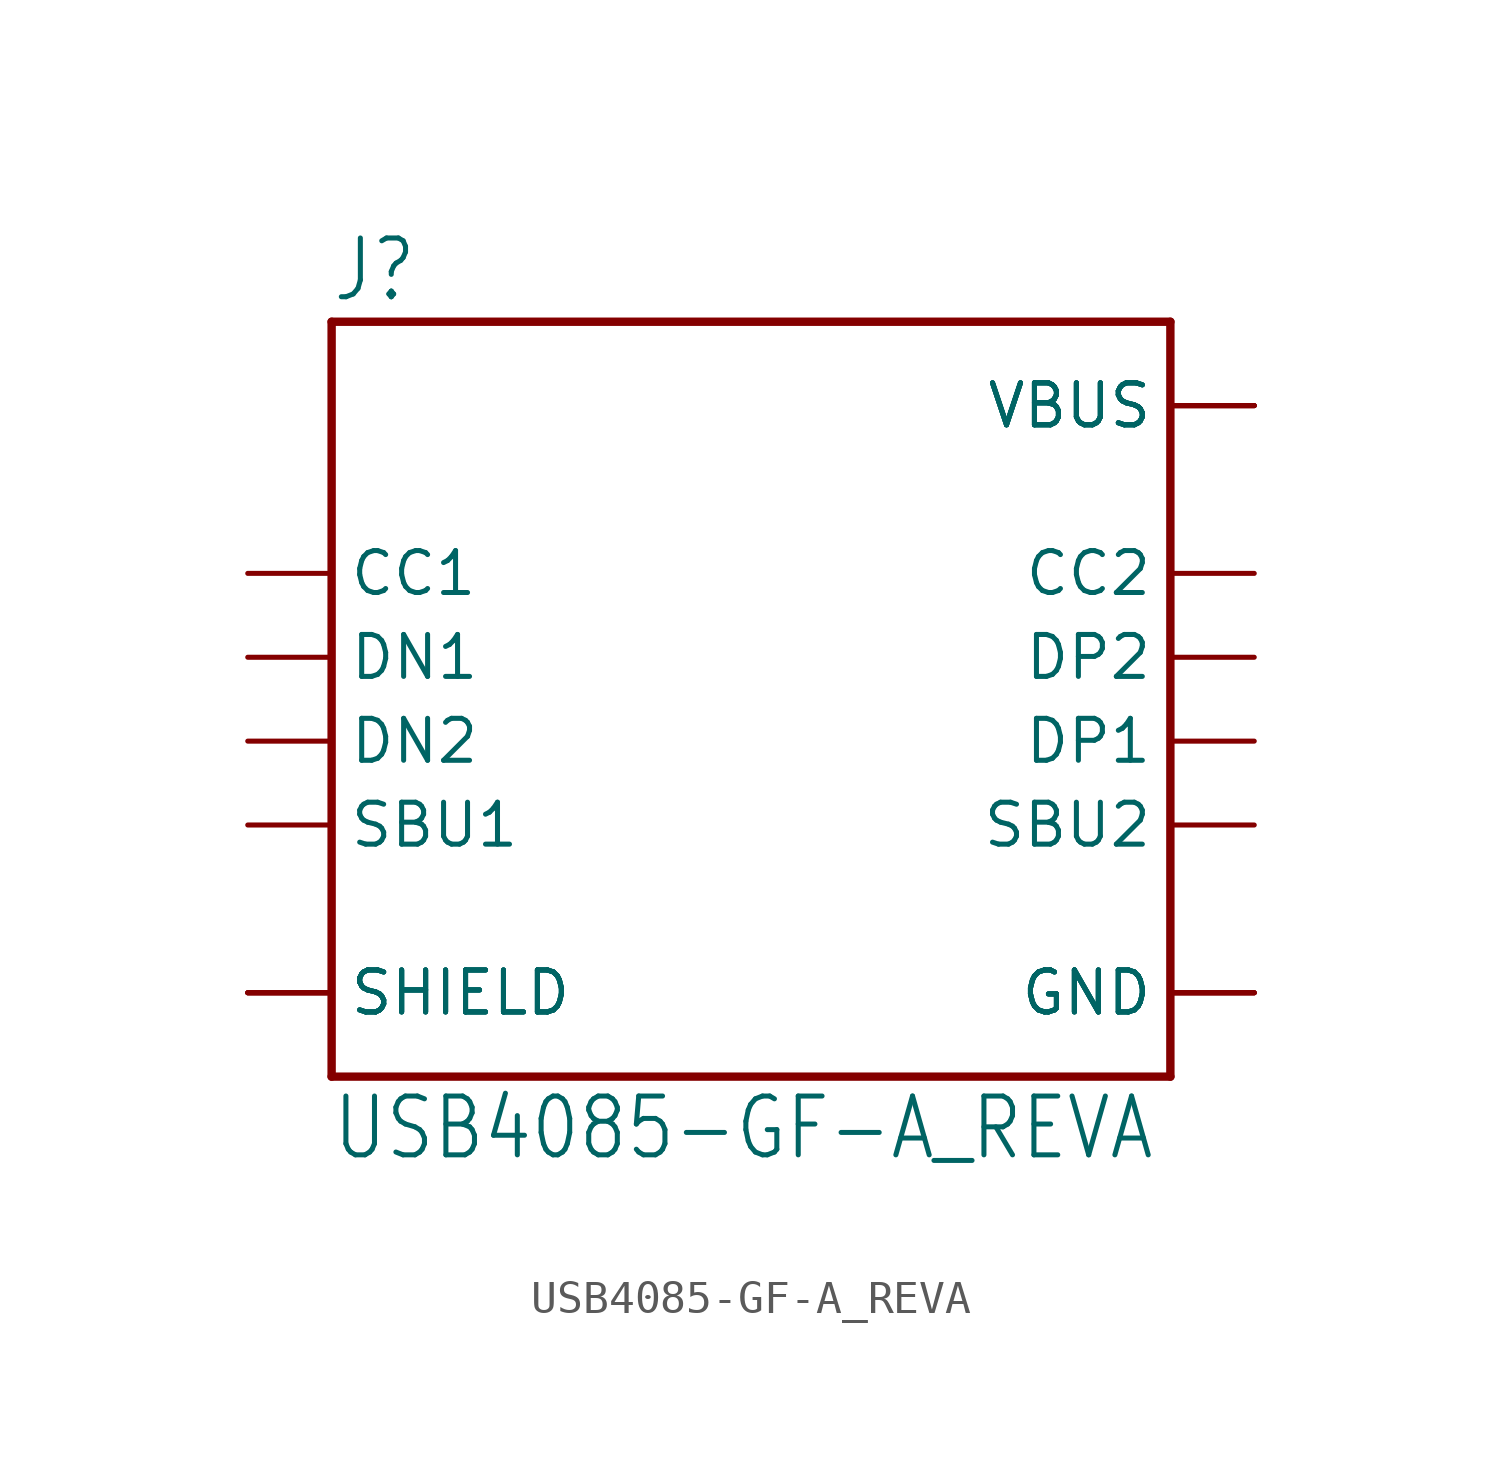
<source format=kicad_sym>
(kicad_symbol_lib
  (version 20211014)
  (generator kicad_symbol_editor)
  (symbol "USB4085-GF-A_REVA"
    (property "Reference" "J"
      (at -12.722 13.232 0)
      (effects (font (size 1.779 1.512)) (justify left bottom)))
    (property "Value" "USB4085-GF-A_REVA"
      (at -12.728 -12.754 0)
      (effects (font (size 1.781 1.514)) (justify left bottom)))
    (property "ki_locked" ""
      (at 0 0 0)
      (effects (font (size 1.27 1.27))))
    (symbol "USB4085-GF-A_REVA_1_0"
      (polyline (pts (xy -12.7 -10.16) (xy -12.7 12.7)) (stroke (width 0.254) (type default) (color 0 0 0 0)) (fill (type none)))
      (polyline (pts (xy -12.7 12.7) (xy 12.7 12.7)) (stroke (width 0.254) (type default) (color 0 0 0 0)) (fill (type none)))
      (polyline (pts (xy 12.7 -10.16) (xy -12.7 -10.16)) (stroke (width 0.254) (type default) (color 0 0 0 0)) (fill (type none)))
      (polyline (pts (xy 12.7 12.7) (xy 12.7 -10.16)) (stroke (width 0.254) (type default) (color 0 0 0 0)) (fill (type none)))
      (pin passive line (at 15.24 -7.62 180) (length 2.54) (name "GND" (effects (font (size 1.27 1.27)))) (number "A1" (effects (font (size 0 0)))))
      (pin passive line (at 15.24 -7.62 180) (length 2.54) (name "GND" (effects (font (size 1.27 1.27)))) (number "A12" (effects (font (size 0 0)))))
      (pin power_in line (at 15.24 10.16 180) (length 2.54) (name "VBUS" (effects (font (size 1.27 1.27)))) (number "A4" (effects (font (size 0 0)))))
      (pin bidirectional line (at -15.24 5.08 0) (length 2.54) (name "CC1" (effects (font (size 1.27 1.27)))) (number "A5" (effects (font (size 0 0)))))
      (pin bidirectional line (at 15.24 0 180) (length 2.54) (name "DP1" (effects (font (size 1.27 1.27)))) (number "A6" (effects (font (size 0 0)))))
      (pin bidirectional line (at -15.24 2.54 0) (length 2.54) (name "DN1" (effects (font (size 1.27 1.27)))) (number "A7" (effects (font (size 0 0)))))
      (pin bidirectional line (at -15.24 -2.54 0) (length 2.54) (name "SBU1" (effects (font (size 1.27 1.27)))) (number "A8" (effects (font (size 0 0)))))
      (pin power_in line (at 15.24 10.16 180) (length 2.54) (name "VBUS" (effects (font (size 1.27 1.27)))) (number "A9" (effects (font (size 0 0)))))
      (pin passive line (at 15.24 -7.62 180) (length 2.54) (name "GND" (effects (font (size 1.27 1.27)))) (number "B1" (effects (font (size 0 0)))))
      (pin passive line (at 15.24 -7.62 180) (length 2.54) (name "GND" (effects (font (size 1.27 1.27)))) (number "B12" (effects (font (size 0 0)))))
      (pin power_in line (at 15.24 10.16 180) (length 2.54) (name "VBUS" (effects (font (size 1.27 1.27)))) (number "B4" (effects (font (size 0 0)))))
      (pin bidirectional line (at 15.24 5.08 180) (length 2.54) (name "CC2" (effects (font (size 1.27 1.27)))) (number "B5" (effects (font (size 0 0)))))
      (pin bidirectional line (at 15.24 2.54 180) (length 2.54) (name "DP2" (effects (font (size 1.27 1.27)))) (number "B6" (effects (font (size 0 0)))))
      (pin bidirectional line (at -15.24 0 0) (length 2.54) (name "DN2" (effects (font (size 1.27 1.27)))) (number "B7" (effects (font (size 0 0)))))
      (pin bidirectional line (at 15.24 -2.54 180) (length 2.54) (name "SBU2" (effects (font (size 1.27 1.27)))) (number "B8" (effects (font (size 0 0)))))
      (pin power_in line (at 15.24 10.16 180) (length 2.54) (name "VBUS" (effects (font (size 1.27 1.27)))) (number "B9" (effects (font (size 0 0)))))
      (pin passive line (at -15.24 -7.62 0) (length 2.54) (name "SHIELD" (effects (font (size 1.27 1.27)))) (number "P1" (effects (font (size 0 0)))))
      (pin passive line (at -15.24 -7.62 0) (length 2.54) (name "SHIELD" (effects (font (size 1.27 1.27)))) (number "P2" (effects (font (size 0 0)))))
      (pin passive line (at -15.24 -7.62 0) (length 2.54) (name "SHIELD" (effects (font (size 1.27 1.27)))) (number "P3" (effects (font (size 0 0)))))
      (pin passive line (at -15.24 -7.62 0) (length 2.54) (name "SHIELD" (effects (font (size 1.27 1.27)))) (number "P4" (effects (font (size 0 0))))))))
</source>
